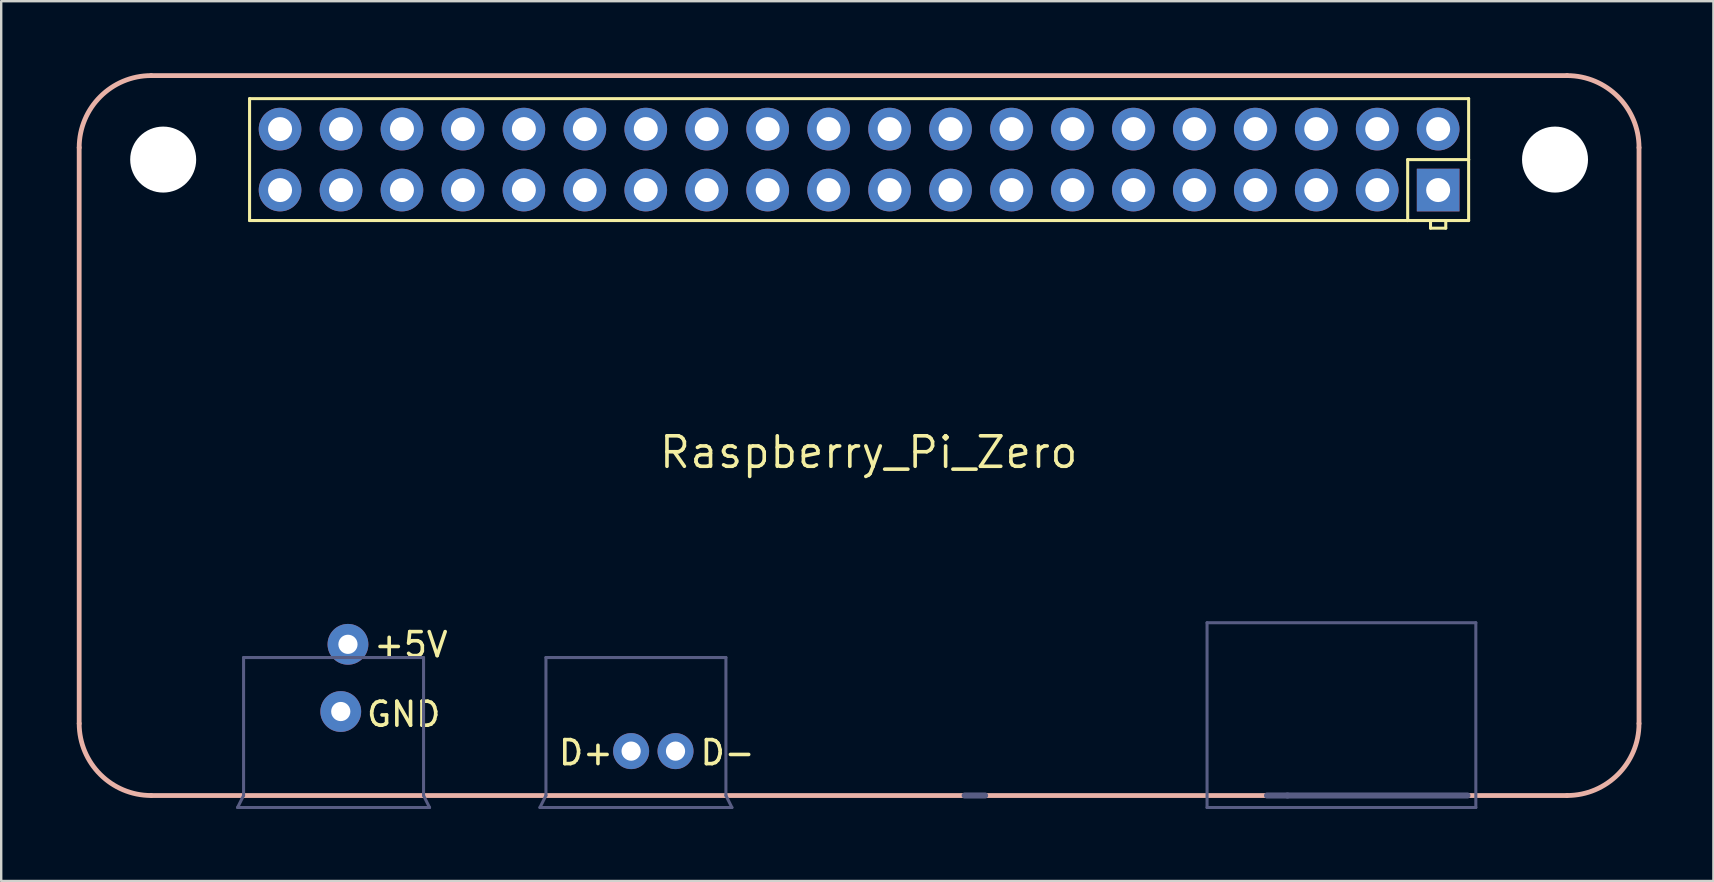
<source format=kicad_pcb>
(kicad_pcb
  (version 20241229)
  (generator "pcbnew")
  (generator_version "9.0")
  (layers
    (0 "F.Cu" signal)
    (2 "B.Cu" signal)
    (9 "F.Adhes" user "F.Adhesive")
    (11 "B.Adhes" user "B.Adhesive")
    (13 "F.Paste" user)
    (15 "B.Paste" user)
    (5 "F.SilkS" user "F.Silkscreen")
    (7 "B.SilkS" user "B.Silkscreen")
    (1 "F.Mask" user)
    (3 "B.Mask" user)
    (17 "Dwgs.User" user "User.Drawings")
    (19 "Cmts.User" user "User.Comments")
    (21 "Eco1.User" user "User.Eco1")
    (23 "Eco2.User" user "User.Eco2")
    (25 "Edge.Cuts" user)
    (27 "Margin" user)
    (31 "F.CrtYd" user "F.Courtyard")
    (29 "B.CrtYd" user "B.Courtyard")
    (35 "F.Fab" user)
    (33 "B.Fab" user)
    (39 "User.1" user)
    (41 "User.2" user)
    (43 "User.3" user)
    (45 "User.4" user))
  (footprint "Raspberry_Pi_Zero"
    (layer "F.Cu")
    (at 0.25 30.1)
    (property "Reference" "Raspberry_Pi_Zero" (at 32.9 -14.3 0) (unlocked yes) (layer "F.SilkS") (effects (font (size 1.27 1.27) (thickness 0.15))))
    (fp_poly (pts (xy 6.6 -26.5) (xy 6.581 -26.847) (xy 6.522 -27.19) (xy 6.426 -27.524) (xy 6.293 -27.845) (xy 6.125 -28.149) (xy 5.924 -28.433) (xy 5.692 -28.692) (xy 5.433 -28.924) (xy 5.149 -29.125) (xy 4.845 -29.293) (xy 4.524 -29.426) (xy 4.19 -29.522) (xy 3.847 -29.581) (xy 3.5 -29.6) (xy 3.153 -29.581) (xy 2.81 -29.522) (xy 2.476 -29.426) (xy 2.155 -29.293) (xy 1.851 -29.125) (xy 1.567 -28.924) (xy 1.308 -28.692) (xy 1.076 -28.433) (xy 0.875 -28.149) (xy 0.707 -27.845) (xy 0.574 -27.524) (xy 0.478 -27.19) (xy 0.419 -26.847) (xy 0.4 -26.5) (xy 0.419 -26.153) (xy 0.478 -25.81) (xy 0.574 -25.476) (xy 0.707 -25.155) (xy 0.875 -24.851) (xy 1.076 -24.567) (xy 1.308 -24.308) (xy 1.567 -24.076) (xy 1.851 -23.875) (xy 2.155 -23.707) (xy 2.476 -23.574) (xy 2.81 -23.478) (xy 3.153 -23.419) (xy 3.5 -23.4) (xy 3.847 -23.419) (xy 4.19 -23.478) (xy 4.524 -23.574) (xy 4.845 -23.707) (xy 5.149 -23.875) (xy 5.433 -24.076) (xy 5.692 -24.308) (xy 5.924 -24.567) (xy 6.125 -24.851) (xy 6.293 -25.155) (xy 6.426 -25.476) (xy 6.522 -25.81) (xy 6.581 -26.153)) (stroke (width 0) (type solid)) (fill yes) (layer "F.Mask"))
    (fp_poly (pts (xy 64.6 -26.5) (xy 64.581 -26.847) (xy 64.522 -27.19) (xy 64.426 -27.524) (xy 64.293 -27.845) (xy 64.125 -28.149) (xy 63.924 -28.433) (xy 63.692 -28.692) (xy 63.433 -28.924) (xy 63.149 -29.125) (xy 62.845 -29.293) (xy 62.524 -29.426) (xy 62.19 -29.522) (xy 61.847 -29.581) (xy 61.5 -29.6) (xy 61.153 -29.581) (xy 60.81 -29.522) (xy 60.476 -29.426) (xy 60.155 -29.293) (xy 59.851 -29.125) (xy 59.567 -28.924) (xy 59.308 -28.692) (xy 59.076 -28.433) (xy 58.875 -28.149) (xy 58.707 -27.845) (xy 58.574 -27.524) (xy 58.478 -27.19) (xy 58.419 -26.847) (xy 58.4 -26.5) (xy 58.419 -26.153) (xy 58.478 -25.81) (xy 58.574 -25.476) (xy 58.707 -25.155) (xy 58.875 -24.851) (xy 59.076 -24.567) (xy 59.308 -24.308) (xy 59.567 -24.076) (xy 59.851 -23.875) (xy 60.155 -23.707) (xy 60.476 -23.574) (xy 60.81 -23.478) (xy 61.153 -23.419) (xy 61.5 -23.4) (xy 61.847 -23.419) (xy 62.19 -23.478) (xy 62.524 -23.574) (xy 62.845 -23.707) (xy 63.149 -23.875) (xy 63.433 -24.076) (xy 63.692 -24.308) (xy 63.924 -24.567) (xy 64.125 -24.851) (xy 64.293 -25.155) (xy 64.426 -25.476) (xy 64.522 -25.81) (xy 64.581 -26.153)) (stroke (width 0) (type solid)) (fill yes) (layer "F.Mask"))
    (fp_poly (pts (xy 6.59 -26.5) (xy 6.57 -26.847) (xy 6.512 -27.19) (xy 6.416 -27.524) (xy 6.283 -27.845) (xy 6.115 -28.149) (xy 5.913 -28.433) (xy 5.682 -28.692) (xy 5.423 -28.924) (xy 5.139 -29.125) (xy 4.835 -29.293) (xy 4.514 -29.426) (xy 4.18 -29.522) (xy 3.837 -29.581) (xy 3.49 -29.6) (xy 3.143 -29.581) (xy 2.8 -29.522) (xy 2.466 -29.426) (xy 2.145 -29.293) (xy 1.841 -29.125) (xy 1.557 -28.924) (xy 1.298 -28.692) (xy 1.066 -28.433) (xy 0.865 -28.149) (xy 0.697 -27.845) (xy 0.564 -27.524) (xy 0.468 -27.19) (xy 0.409 -26.847) (xy 0.39 -26.5) (xy 0.409 -26.153) (xy 0.468 -25.81) (xy 0.564 -25.476) (xy 0.697 -25.155) (xy 0.865 -24.851) (xy 1.066 -24.567) (xy 1.298 -24.308) (xy 1.557 -24.076) (xy 1.841 -23.875) (xy 2.145 -23.707) (xy 2.466 -23.574) (xy 2.8 -23.478) (xy 3.143 -23.419) (xy 3.49 -23.4) (xy 3.837 -23.419) (xy 4.18 -23.478) (xy 4.514 -23.574) (xy 4.835 -23.707) (xy 5.139 -23.875) (xy 5.423 -24.076) (xy 5.682 -24.308) (xy 5.913 -24.567) (xy 6.115 -24.851) (xy 6.283 -25.155) (xy 6.416 -25.476) (xy 6.512 -25.81) (xy 6.57 -26.153)) (stroke (width 0) (type solid)) (fill yes) (layer "B.Mask"))
    (fp_poly (pts (xy 64.6 -26.5) (xy 64.581 -26.847) (xy 64.522 -27.19) (xy 64.426 -27.524) (xy 64.293 -27.845) (xy 64.125 -28.149) (xy 63.924 -28.433) (xy 63.692 -28.692) (xy 63.433 -28.924) (xy 63.149 -29.125) (xy 62.845 -29.293) (xy 62.524 -29.426) (xy 62.19 -29.522) (xy 61.847 -29.581) (xy 61.5 -29.6) (xy 61.153 -29.581) (xy 60.81 -29.522) (xy 60.476 -29.426) (xy 60.155 -29.293) (xy 59.851 -29.125) (xy 59.567 -28.924) (xy 59.308 -28.692) (xy 59.076 -28.433) (xy 58.875 -28.149) (xy 58.707 -27.845) (xy 58.574 -27.524) (xy 58.478 -27.19) (xy 58.419 -26.847) (xy 58.4 -26.5) (xy 58.419 -26.153) (xy 58.478 -25.81) (xy 58.574 -25.476) (xy 58.707 -25.155) (xy 58.875 -24.851) (xy 59.076 -24.567) (xy 59.308 -24.308) (xy 59.567 -24.076) (xy 59.851 -23.875) (xy 60.155 -23.707) (xy 60.476 -23.574) (xy 60.81 -23.478) (xy 61.153 -23.419) (xy 61.5 -23.4) (xy 61.847 -23.419) (xy 62.19 -23.478) (xy 62.524 -23.574) (xy 62.845 -23.707) (xy 63.149 -23.875) (xy 63.433 -24.076) (xy 63.692 -24.308) (xy 63.924 -24.567) (xy 64.125 -24.851) (xy 64.293 -25.155) (xy 64.426 -25.476) (xy 64.522 -25.81) (xy 64.581 -26.153)) (stroke (width 0) (type solid)) (fill yes) (layer "B.Mask"))
    (fp_line (start 7.1 -29.04) (end 57.9 -29.04) (stroke (width 0.127) (type solid)) (layer "F.SilkS"))
    (fp_line (start 7.1 -23.96) (end 7.1 -29.04) (stroke (width 0.127) (type solid)) (layer "F.SilkS"))
    (fp_line (start 55.36 -26.5) (end 55.36 -23.96) (stroke (width 0.127) (type solid)) (layer "F.SilkS"))
    (fp_line (start 55.36 -23.96) (end 7.1 -23.96) (stroke (width 0.127) (type solid)) (layer "F.SilkS"))
    (fp_line (start 56.312 -23.96) (end 55.36 -23.96) (stroke (width 0.127) (type solid)) (layer "F.SilkS"))
    (fp_line (start 56.312 -23.642) (end 56.312 -23.96) (stroke (width 0.127) (type solid)) (layer "F.SilkS"))
    (fp_line (start 56.947 -23.96) (end 56.312 -23.96) (stroke (width 0.127) (type solid)) (layer "F.SilkS"))
    (fp_line (start 56.947 -23.96) (end 56.947 -23.642) (stroke (width 0.127) (type solid)) (layer "F.SilkS"))
    (fp_line (start 56.947 -23.642) (end 56.312 -23.642) (stroke (width 0.127) (type solid)) (layer "F.SilkS"))
    (fp_line (start 57.9 -29.04) (end 57.9 -26.5) (stroke (width 0.127) (type solid)) (layer "F.SilkS"))
    (fp_line (start 57.9 -26.5) (end 55.36 -26.5) (stroke (width 0.127) (type solid)) (layer "F.SilkS"))
    (fp_line (start 57.9 -26.5) (end 57.9 -23.96) (stroke (width 0.127) (type solid)) (layer "F.SilkS"))
    (fp_line (start 57.9 -23.96) (end 56.947 -23.96) (stroke (width 0.127) (type solid)) (layer "F.SilkS"))
    (fp_line (start 0 -27) (end 0 -3) (stroke (width 0.2) (type solid)) (layer "B.SilkS"))
    (fp_line (start 3 0) (end 6.85 0) (stroke (width 0.2) (type solid)) (layer "B.SilkS"))
    (fp_line (start 6.85 0) (end 14.35 0) (stroke (width 0.2) (type solid)) (layer "B.SilkS"))
    (fp_line (start 14.35 0) (end 62 0) (stroke (width 0.2) (type solid)) (layer "B.SilkS"))
    (fp_line (start 62 -30) (end 3 -30) (stroke (width 0.2) (type solid)) (layer "B.SilkS"))
    (fp_line (start 65 -3) (end 65 -27) (stroke (width 0.2) (type solid)) (layer "B.SilkS"))
    (fp_arc (start 0 -27) (mid 0.87868 -29.12132) (end 3 -30) (stroke (width 0.2) (type solid)) (layer "B.SilkS"))
    (fp_arc (start 3 0) (mid 0.87868 -0.87868) (end 0 -3) (stroke (width 0.2) (type solid)) (layer "B.SilkS"))
    (fp_arc (start 62 -30) (mid 64.12132 -29.12132) (end 65 -27) (stroke (width 0.2) (type solid)) (layer "B.SilkS"))
    (fp_arc (start 65 -3) (mid 64.12132 -0.87868) (end 62 0) (stroke (width 0.2) (type solid)) (layer "B.SilkS"))
    (fp_line (start 6.6 0.5) (end 14.6 0.5) (stroke (width 0.127) (type solid)) (layer "B.Fab"))
    (fp_line (start 6.85 -5.75) (end 14.35 -5.75) (stroke (width 0.127) (type solid)) (layer "B.Fab"))
    (fp_line (start 6.85 0) (end 6.6 0.5) (stroke (width 0.127) (type solid)) (layer "B.Fab"))
    (fp_line (start 6.85 0) (end 6.85 -5.75) (stroke (width 0.127) (type solid)) (layer "B.Fab"))
    (fp_line (start 14.35 -5.75) (end 14.35 0) (stroke (width 0.127) (type solid)) (layer "B.Fab"))
    (fp_line (start 14.6 0.5) (end 14.35 0) (stroke (width 0.127) (type solid)) (layer "B.Fab"))
    (fp_line (start 19.2 0.5) (end 27.2 0.5) (stroke (width 0.127) (type solid)) (layer "B.Fab"))
    (fp_line (start 19.45 -5.75) (end 26.95 -5.75) (stroke (width 0.127) (type solid)) (layer "B.Fab"))
    (fp_line (start 19.45 0) (end 19.2 0.5) (stroke (width 0.127) (type solid)) (layer "B.Fab"))
    (fp_line (start 19.45 0) (end 19.45 -5.75) (stroke (width 0.127) (type solid)) (layer "B.Fab"))
    (fp_line (start 26.95 -5.75) (end 26.95 0) (stroke (width 0.127) (type solid)) (layer "B.Fab"))
    (fp_line (start 27.2 0.5) (end 26.95 0) (stroke (width 0.127) (type solid)) (layer "B.Fab"))
    (fp_line (start 36.9 0) (end 37.75 0) (stroke (width 0.254) (type solid)) (layer "B.Fab"))
    (fp_line (start 47 -7.2) (end 58.2 -7.2) (stroke (width 0.127) (type default)) (layer "B.Fab"))
    (fp_line (start 47 0.5) (end 47 -7.2) (stroke (width 0.127) (type default)) (layer "B.Fab"))
    (fp_line (start 47 0.5) (end 58.2 0.5) (stroke (width 0.127) (type default)) (layer "B.Fab"))
    (fp_line (start 49.5 0) (end 50.35 0) (stroke (width 0.254) (type solid)) (layer "B.Fab"))
    (fp_line (start 50.35 0) (end 57.85 0) (stroke (width 0.254) (type solid)) (layer "B.Fab"))
    (fp_line (start 58.2 0.5) (end 58.2 -7.2) (stroke (width 0.127) (type default)) (layer "B.Fab"))
    (fp_text user "+5V" (at 12.2 -5.7 0) (unlocked yes) (layer "F.SilkS") (effects (font (size 1 1) (thickness 0.15)) (justify left bottom)))
    (fp_text user "D-" (at 25.8 -1.2 0) (unlocked yes) (layer "F.SilkS") (effects (font (size 1 1) (thickness 0.15)) (justify left bottom)))
    (fp_text user "GND" (at 11.9 -2.8 0) (unlocked yes) (layer "F.SilkS") (effects (font (size 1 1) (thickness 0.15)) (justify left bottom)))
    (fp_text user "D+" (at 19.9 -1.2 0) (unlocked yes) (layer "F.SilkS") (effects (font (size 1 1) (thickness 0.15)) (justify left bottom)))
    (pad "" np_thru_hole circle (at 3.5 -26.5) (size 2.75 2.75) (drill 2.75) (layers "*.Cu" "*.Mask"))
    (pad "" np_thru_hole circle (at 61.5 -26.5) (size 2.75 2.75) (drill 2.75) (layers "*.Cu" "*.Mask"))
    (pad "1" thru_hole rect (at 56.63 -25.23) (size 1.778 1.778) (drill 1) (layers "*.Cu" "*.Mask"))
    (pad "2" thru_hole circle (at 56.63 -27.77) (size 1.778 1.778) (drill 1) (layers "*.Cu" "*.Mask"))
    (pad "3" thru_hole circle (at 54.09 -25.23) (size 1.778 1.778) (drill 1) (layers "*.Cu" "*.Mask"))
    (pad "4" thru_hole circle (at 54.09 -27.77) (size 1.778 1.778) (drill 1) (layers "*.Cu" "*.Mask"))
    (pad "5" thru_hole circle (at 51.55 -25.23) (size 1.778 1.778) (drill 1) (layers "*.Cu" "*.Mask"))
    (pad "6" thru_hole circle (at 51.55 -27.77) (size 1.778 1.778) (drill 1) (layers "*.Cu" "*.Mask"))
    (pad "7" thru_hole circle (at 49.01 -25.23) (size 1.778 1.778) (drill 1) (layers "*.Cu" "*.Mask"))
    (pad "8" thru_hole circle (at 49.01 -27.77) (size 1.778 1.778) (drill 1) (layers "*.Cu" "*.Mask"))
    (pad "9" thru_hole circle (at 46.47 -25.23) (size 1.778 1.778) (drill 1) (layers "*.Cu" "*.Mask"))
    (pad "10" thru_hole circle (at 46.47 -27.77) (size 1.778 1.778) (drill 1) (layers "*.Cu" "*.Mask"))
    (pad "11" thru_hole circle (at 43.93 -25.23) (size 1.778 1.778) (drill 1) (layers "*.Cu" "*.Mask"))
    (pad "12" thru_hole circle (at 43.93 -27.77) (size 1.778 1.778) (drill 1) (layers "*.Cu" "*.Mask"))
    (pad "13" thru_hole circle (at 41.39 -25.23) (size 1.778 1.778) (drill 1) (layers "*.Cu" "*.Mask"))
    (pad "14" thru_hole circle (at 41.39 -27.77) (size 1.778 1.778) (drill 1) (layers "*.Cu" "*.Mask"))
    (pad "15" thru_hole circle (at 38.85 -25.23) (size 1.778 1.778) (drill 1) (layers "*.Cu" "*.Mask"))
    (pad "16" thru_hole circle (at 38.85 -27.77) (size 1.778 1.778) (drill 1) (layers "*.Cu" "*.Mask"))
    (pad "17" thru_hole circle (at 36.31 -25.23) (size 1.778 1.778) (drill 1) (layers "*.Cu" "*.Mask"))
    (pad "18" thru_hole circle (at 36.31 -27.77) (size 1.778 1.778) (drill 1) (layers "*.Cu" "*.Mask"))
    (pad "19" thru_hole circle (at 33.77 -25.23) (size 1.778 1.778) (drill 1) (layers "*.Cu" "*.Mask"))
    (pad "20" thru_hole circle (at 33.77 -27.77) (size 1.778 1.778) (drill 1) (layers "*.Cu" "*.Mask"))
    (pad "21" thru_hole circle (at 31.23 -25.23) (size 1.778 1.778) (drill 1) (layers "*.Cu" "*.Mask"))
    (pad "22" thru_hole circle (at 31.23 -27.77) (size 1.778 1.778) (drill 1) (layers "*.Cu" "*.Mask"))
    (pad "23" thru_hole circle (at 28.69 -25.23) (size 1.778 1.778) (drill 1) (layers "*.Cu" "*.Mask"))
    (pad "24" thru_hole circle (at 28.69 -27.77) (size 1.778 1.778) (drill 1) (layers "*.Cu" "*.Mask"))
    (pad "25" thru_hole circle (at 26.15 -25.23) (size 1.778 1.778) (drill 1) (layers "*.Cu" "*.Mask"))
    (pad "26" thru_hole circle (at 26.15 -27.77) (size 1.778 1.778) (drill 1) (layers "*.Cu" "*.Mask"))
    (pad "27" thru_hole circle (at 23.61 -25.23) (size 1.778 1.778) (drill 1) (layers "*.Cu" "*.Mask"))
    (pad "28" thru_hole circle (at 23.61 -27.77) (size 1.778 1.778) (drill 1) (layers "*.Cu" "*.Mask"))
    (pad "29" thru_hole circle (at 21.07 -25.23) (size 1.778 1.778) (drill 1) (layers "*.Cu" "*.Mask"))
    (pad "30" thru_hole circle (at 21.07 -27.77) (size 1.778 1.778) (drill 1) (layers "*.Cu" "*.Mask"))
    (pad "31" thru_hole circle (at 18.53 -25.23) (size 1.778 1.778) (drill 1) (layers "*.Cu" "*.Mask"))
    (pad "32" thru_hole circle (at 18.53 -27.77) (size 1.778 1.778) (drill 1) (layers "*.Cu" "*.Mask"))
    (pad "33" thru_hole circle (at 15.99 -25.23) (size 1.778 1.778) (drill 1) (layers "*.Cu" "*.Mask"))
    (pad "34" thru_hole circle (at 15.99 -27.77) (size 1.778 1.778) (drill 1) (layers "*.Cu" "*.Mask"))
    (pad "35" thru_hole circle (at 13.45 -25.23) (size 1.778 1.778) (drill 1) (layers "*.Cu" "*.Mask"))
    (pad "36" thru_hole circle (at 13.45 -27.77) (size 1.778 1.778) (drill 1) (layers "*.Cu" "*.Mask"))
    (pad "37" thru_hole circle (at 10.91 -25.23) (size 1.778 1.778) (drill 1) (layers "*.Cu" "*.Mask"))
    (pad "38" thru_hole circle (at 10.91 -27.77) (size 1.778 1.778) (drill 1) (layers "*.Cu" "*.Mask"))
    (pad "39" thru_hole circle (at 8.37 -25.23) (size 1.778 1.778) (drill 1) (layers "*.Cu" "*.Mask"))
    (pad "40" thru_hole circle (at 8.37 -27.77) (size 1.778 1.778) (drill 1) (layers "*.Cu" "*.Mask"))
    (pad "PP1" thru_hole circle (at 11.2 -6.3) (size 1.7 1.7) (drill 0.8) (layers "*.Cu" "*.Mask"))
    (pad "PP6" thru_hole circle (at 10.9 -3.5) (size 1.7 1.7) (drill 0.8) (layers "*.Cu" "*.Mask"))
    (pad "PP22" thru_hole circle (at 23 -1.85) (size 1.5 1.5) (drill 0.8) (layers "*.Cu" "*.Mask"))
    (pad "PP23" thru_hole circle (at 24.85 -1.85) (size 1.5 1.5) (drill 0.8) (layers "*.Cu" "*.Mask"))
    (zone (net_name "") (layers "F.Cu" "F.Mask" "B.Cu" "B.Mask" "B.Fab") (hatch edge 0.5) (connect_pads) (min_thickness 0.25) (filled_areas_thickness no) (keepout (tracks not_allowed) (vias not_allowed) (pads not_allowed) (copperpour not_allowed) (footprints not_allowed)) (placement (enabled no)) (fill) (polygon (pts (xy 64.85 3.6) (xy 64.831 3.253) (xy 64.772 2.91) (xy 64.676 2.576) (xy 64.543 2.255) (xy 64.375 1.951) (xy 64.174 1.667) (xy 63.942 1.408) (xy 63.683 1.176) (xy 63.399 0.975) (xy 63.095 0.807) (xy 62.774 0.674) (xy 62.44 0.578) (xy 62.097 0.519) (xy 61.75 0.5) (xy 61.403 0.519) (xy 61.06 0.578) (xy 60.726 0.674) (xy 60.405 0.807) (xy 60.101 0.975) (xy 59.817 1.176) (xy 59.558 1.408) (xy 59.326 1.667) (xy 59.125 1.951) (xy 58.957 2.255) (xy 58.824 2.576) (xy 58.728 2.91) (xy 58.669 3.253) (xy 58.65 3.6) (xy 58.669 3.947) (xy 58.728 4.29) (xy 58.824 4.624) (xy 58.957 4.945) (xy 59.125 5.249) (xy 59.326 5.533) (xy 59.558 5.792) (xy 59.817 6.024) (xy 60.101 6.225) (xy 60.405 6.393) (xy 60.726 6.526) (xy 61.06 6.622) (xy 61.403 6.681) (xy 61.75 6.7) (xy 62.097 6.681) (xy 62.44 6.622) (xy 62.774 6.526) (xy 63.095 6.393) (xy 63.399 6.225) (xy 63.683 6.024) (xy 63.942 5.792) (xy 64.174 5.533) (xy 64.375 5.249) (xy 64.543 4.945) (xy 64.676 4.624) (xy 64.772 4.29) (xy 64.831 3.947)))))
  (gr_rect
    (start -3 -3)
    (end 68.35 33.663)
    (stroke (width 0.1) (type default))
    (fill no)
    (layer "Edge.Cuts")))
</source>
